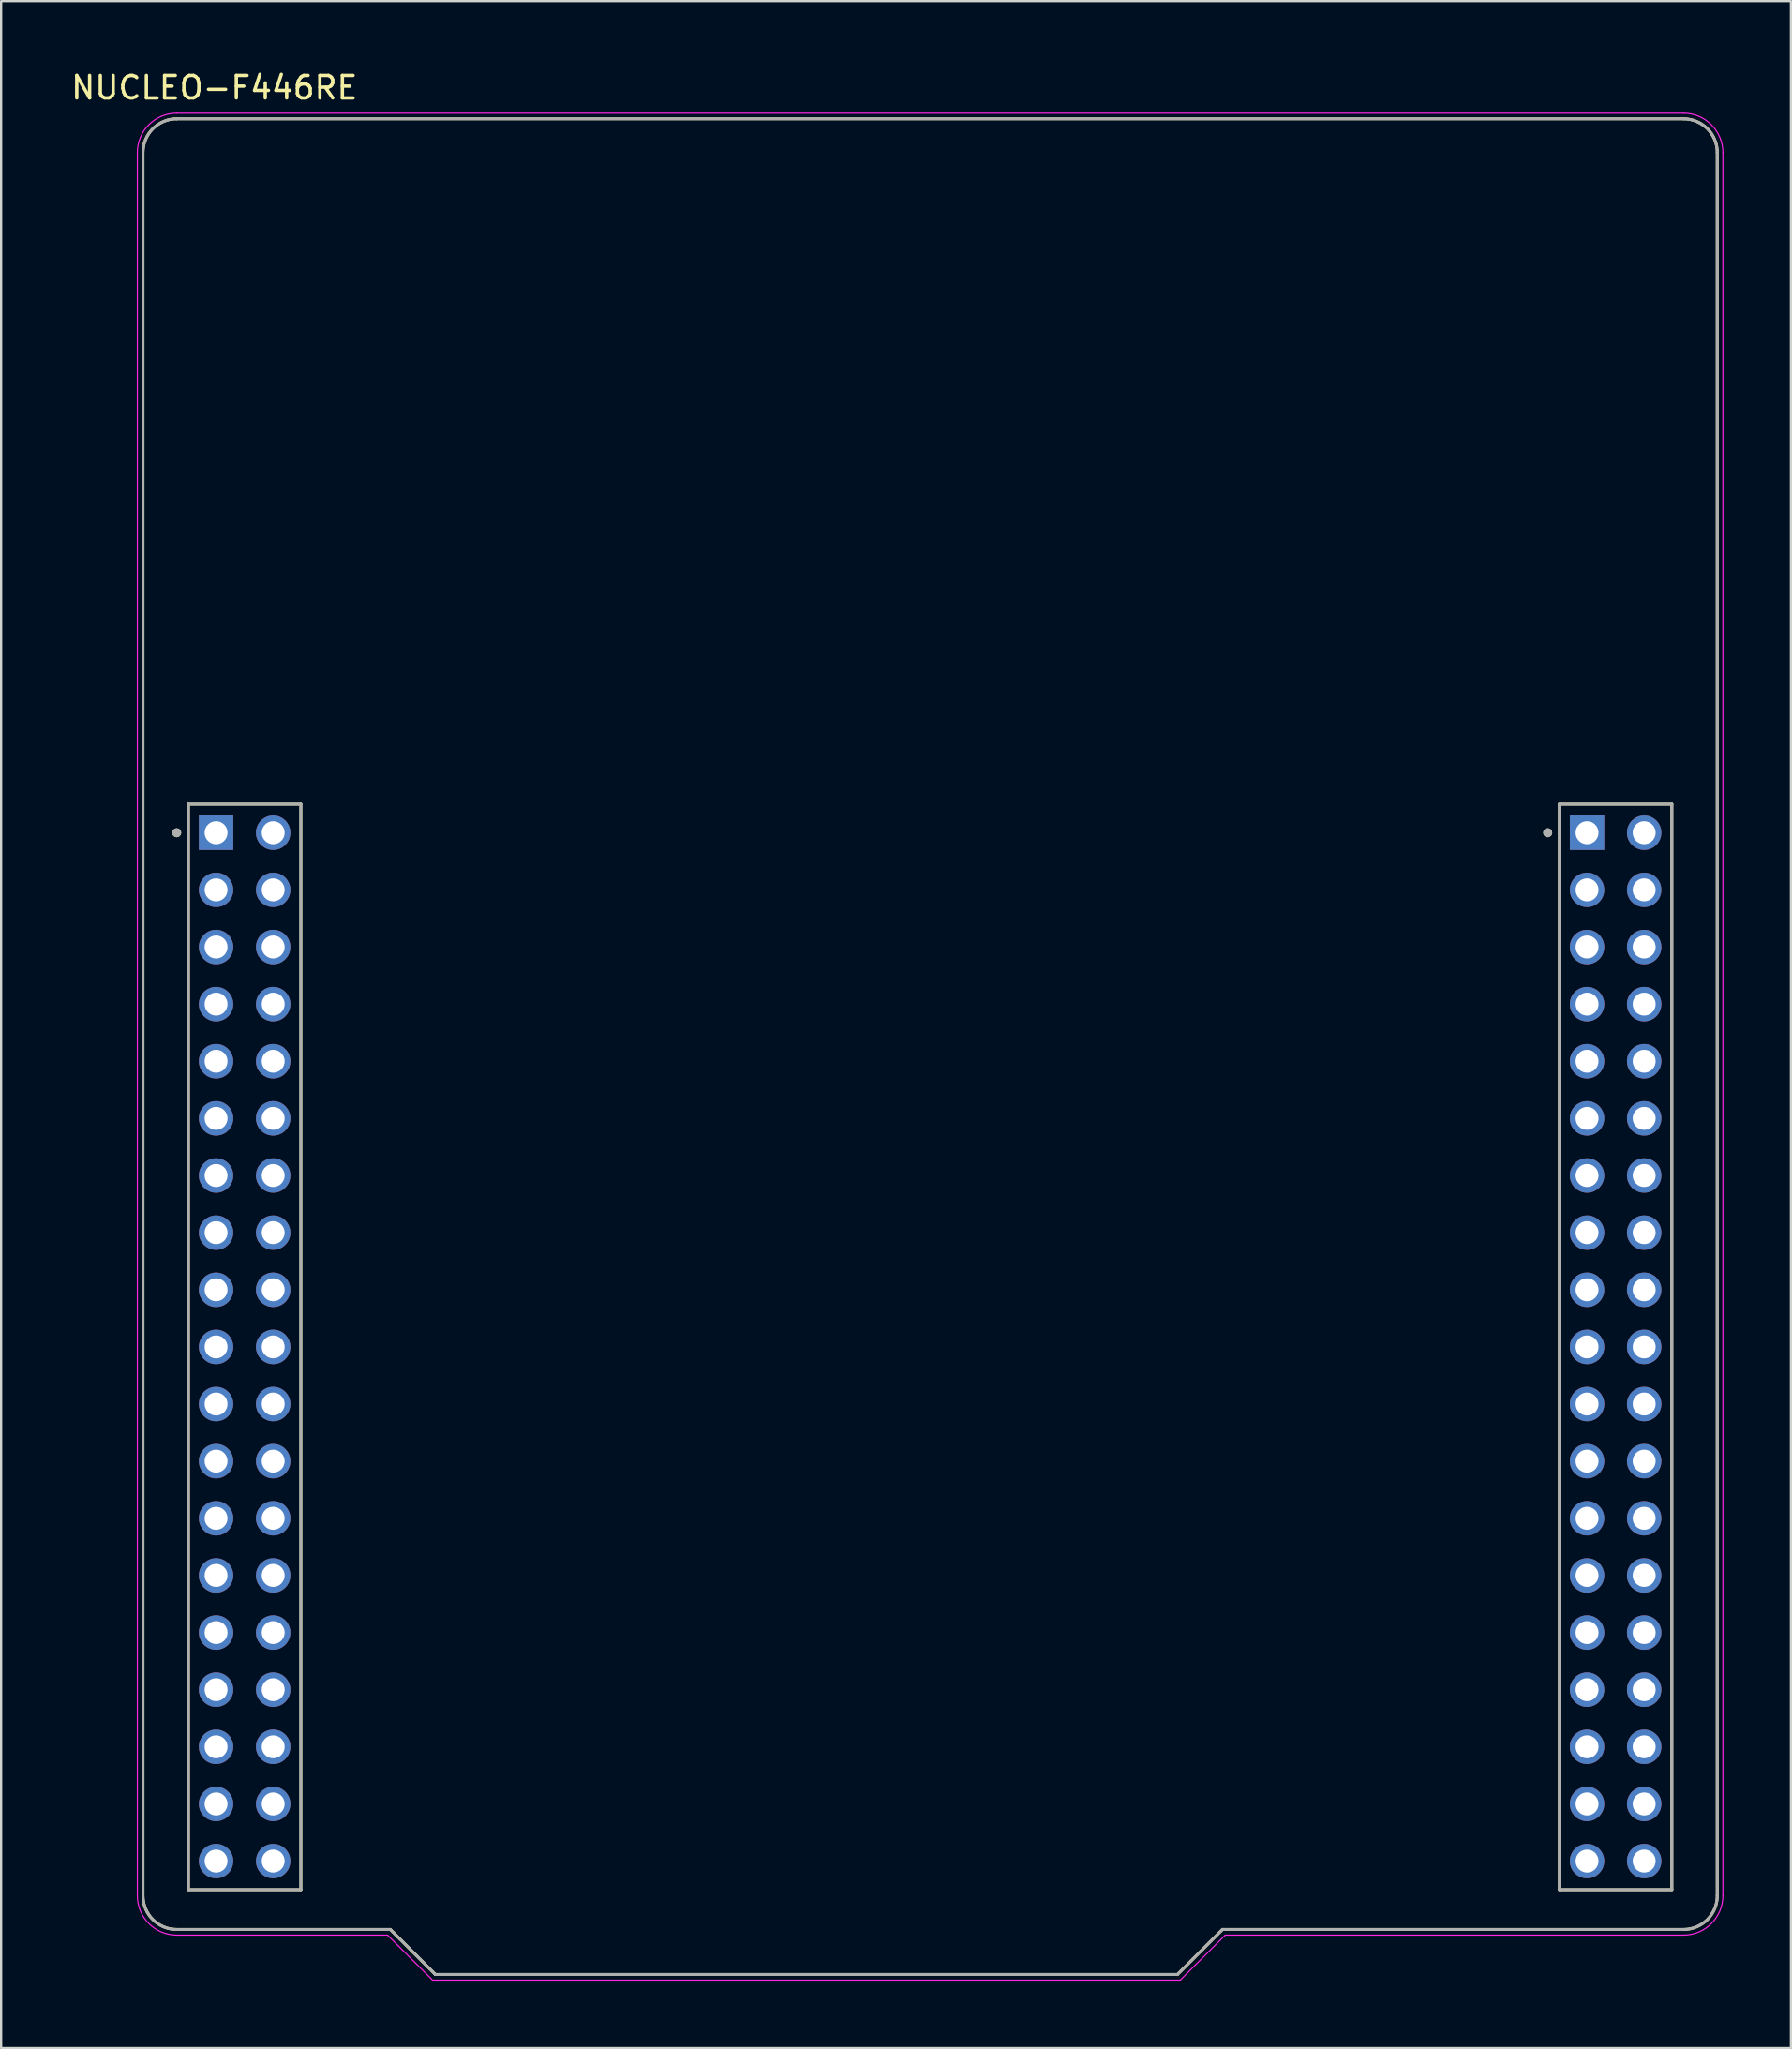
<source format=kicad_pcb>
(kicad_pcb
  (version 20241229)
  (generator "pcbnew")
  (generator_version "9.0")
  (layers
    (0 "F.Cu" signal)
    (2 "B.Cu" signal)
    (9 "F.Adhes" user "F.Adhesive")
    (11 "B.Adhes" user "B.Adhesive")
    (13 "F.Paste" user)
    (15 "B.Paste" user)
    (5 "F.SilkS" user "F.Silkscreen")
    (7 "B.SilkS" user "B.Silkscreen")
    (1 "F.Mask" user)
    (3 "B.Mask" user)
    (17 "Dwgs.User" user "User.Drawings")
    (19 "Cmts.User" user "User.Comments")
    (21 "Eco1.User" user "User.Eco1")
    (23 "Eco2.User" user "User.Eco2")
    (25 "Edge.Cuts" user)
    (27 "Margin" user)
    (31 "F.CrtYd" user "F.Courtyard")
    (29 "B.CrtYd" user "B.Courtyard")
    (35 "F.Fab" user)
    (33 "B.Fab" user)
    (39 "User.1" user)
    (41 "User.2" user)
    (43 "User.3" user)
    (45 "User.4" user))
  (footprint "NUCLEO-F446RE"
    (layer "F.Cu")
    (at 38.307 43.483)
    (property "Reference" "NUCLEO-F446RE" (at -31.825 -42.635 0) (layer "F.SilkS") (effects (font (size 1 1) (thickness 0.15))))
    (attr through_hole)
    (fp_line (start -35 37.75) (end -35 -39.75) (stroke (width 0.127) (type solid)) (layer "F.SilkS"))
    (fp_line (start -33.5 -41.25) (end 33.5 -41.25) (stroke (width 0.127) (type solid)) (layer "F.SilkS"))
    (fp_line (start -32.98 -10.78) (end -32.98 37.48) (stroke (width 0.127) (type solid)) (layer "F.SilkS"))
    (fp_line (start -32.98 37.48) (end -27.98 37.48) (stroke (width 0.127) (type solid)) (layer "F.SilkS"))
    (fp_line (start -27.98 -10.78) (end -32.98 -10.78) (stroke (width 0.127) (type solid)) (layer "F.SilkS"))
    (fp_line (start -27.98 37.48) (end -27.98 -10.78) (stroke (width 0.127) (type solid)) (layer "F.SilkS"))
    (fp_line (start -24 39.25) (end -33.5 39.25) (stroke (width 0.127) (type solid)) (layer "F.SilkS"))
    (fp_line (start -22 41.25) (end -24 39.25) (stroke (width 0.127) (type solid)) (layer "F.SilkS"))
    (fp_line (start 11 41.25) (end -22 41.25) (stroke (width 0.127) (type solid)) (layer "F.SilkS"))
    (fp_line (start 13 39.25) (end 11 41.25) (stroke (width 0.127) (type solid)) (layer "F.SilkS"))
    (fp_line (start 27.98 -10.78) (end 27.98 37.48) (stroke (width 0.127) (type solid)) (layer "F.SilkS"))
    (fp_line (start 27.98 37.48) (end 32.98 37.48) (stroke (width 0.127) (type solid)) (layer "F.SilkS"))
    (fp_line (start 32.98 -10.78) (end 27.98 -10.78) (stroke (width 0.127) (type solid)) (layer "F.SilkS"))
    (fp_line (start 32.98 37.48) (end 32.98 -10.78) (stroke (width 0.127) (type solid)) (layer "F.SilkS"))
    (fp_line (start 33.5 39.25) (end 13 39.25) (stroke (width 0.127) (type solid)) (layer "F.SilkS"))
    (fp_line (start 35 -39.75) (end 35 37.75) (stroke (width 0.127) (type solid)) (layer "F.SilkS"))
    (fp_arc (start -35 -39.75) (mid -34.56066 -40.81066) (end -33.5 -41.25) (stroke (width 0.127) (type solid)) (layer "F.SilkS"))
    (fp_arc (start -33.5 39.25) (mid -34.56066 38.81066) (end -35 37.75) (stroke (width 0.127) (type solid)) (layer "F.SilkS"))
    (fp_arc (start 33.5 -41.25) (mid 34.56066 -40.81066) (end 35 -39.75) (stroke (width 0.127) (type solid)) (layer "F.SilkS"))
    (fp_arc (start 35 37.75) (mid 34.56066 38.81066) (end 33.5 39.25) (stroke (width 0.127) (type solid)) (layer "F.SilkS"))
    (fp_circle (center -33.5 -9.51) (end -33.4 -9.51) (stroke (width 0.2) (type solid)) (fill no) (layer "F.SilkS"))
    (fp_circle (center 27.46 -9.51) (end 27.56 -9.51) (stroke (width 0.2) (type solid)) (fill no) (layer "F.SilkS"))
    (fp_line (start -35.25 37.75) (end -35.25 -39.75) (stroke (width 0.05) (type solid)) (layer "F.CrtYd"))
    (fp_line (start -33.5 -41.5) (end 33.5 -41.5) (stroke (width 0.05) (type solid)) (layer "F.CrtYd"))
    (fp_line (start -24.125 39.5) (end -33.5 39.5) (stroke (width 0.05) (type solid)) (layer "F.CrtYd"))
    (fp_line (start -22.125 41.5) (end -24.125 39.5) (stroke (width 0.05) (type solid)) (layer "F.CrtYd"))
    (fp_line (start 11.125 41.5) (end -22.125 41.5) (stroke (width 0.05) (type solid)) (layer "F.CrtYd"))
    (fp_line (start 13.125 39.5) (end 11.125 41.5) (stroke (width 0.05) (type solid)) (layer "F.CrtYd"))
    (fp_line (start 33.5 39.5) (end 13.125 39.5) (stroke (width 0.05) (type solid)) (layer "F.CrtYd"))
    (fp_line (start 35.25 -39.75) (end 35.25 37.75) (stroke (width 0.05) (type solid)) (layer "F.CrtYd"))
    (fp_arc (start -35.25 -39.75) (mid -34.737437 -40.987437) (end -33.5 -41.5) (stroke (width 0.05) (type solid)) (layer "F.CrtYd"))
    (fp_arc (start -33.5 39.5) (mid -34.737437 38.987437) (end -35.25 37.75) (stroke (width 0.05) (type solid)) (layer "F.CrtYd"))
    (fp_arc (start 33.5 -41.5) (mid 34.737437 -40.987437) (end 35.25 -39.75) (stroke (width 0.05) (type solid)) (layer "F.CrtYd"))
    (fp_arc (start 35.25 37.75) (mid 34.737437 38.987437) (end 33.5 39.5) (stroke (width 0.05) (type solid)) (layer "F.CrtYd"))
    (fp_line (start -35 37.75) (end -35 -39.75) (stroke (width 0.127) (type solid)) (layer "F.Fab"))
    (fp_line (start -33.5 -41.25) (end 33.5 -41.25) (stroke (width 0.127) (type solid)) (layer "F.Fab"))
    (fp_line (start -32.98 -10.78) (end -32.98 37.48) (stroke (width 0.127) (type solid)) (layer "F.Fab"))
    (fp_line (start -32.98 37.48) (end -27.98 37.48) (stroke (width 0.127) (type solid)) (layer "F.Fab"))
    (fp_line (start -27.98 -10.78) (end -32.98 -10.78) (stroke (width 0.127) (type solid)) (layer "F.Fab"))
    (fp_line (start -27.98 37.48) (end -27.98 -10.78) (stroke (width 0.127) (type solid)) (layer "F.Fab"))
    (fp_line (start -24 39.25) (end -33.5 39.25) (stroke (width 0.127) (type solid)) (layer "F.Fab"))
    (fp_line (start -22 41.25) (end -24 39.25) (stroke (width 0.127) (type solid)) (layer "F.Fab"))
    (fp_line (start 11 41.25) (end -22 41.25) (stroke (width 0.127) (type solid)) (layer "F.Fab"))
    (fp_line (start 13 39.25) (end 11 41.25) (stroke (width 0.127) (type solid)) (layer "F.Fab"))
    (fp_line (start 27.98 -10.78) (end 27.98 37.48) (stroke (width 0.127) (type solid)) (layer "F.Fab"))
    (fp_line (start 27.98 37.48) (end 32.98 37.48) (stroke (width 0.127) (type solid)) (layer "F.Fab"))
    (fp_line (start 32.98 -10.78) (end 27.98 -10.78) (stroke (width 0.127) (type solid)) (layer "F.Fab"))
    (fp_line (start 32.98 37.48) (end 32.98 -10.78) (stroke (width 0.127) (type solid)) (layer "F.Fab"))
    (fp_line (start 33.5 39.25) (end 13 39.25) (stroke (width 0.127) (type solid)) (layer "F.Fab"))
    (fp_line (start 35 -39.75) (end 35 37.75) (stroke (width 0.127) (type solid)) (layer "F.Fab"))
    (fp_arc (start -35 -39.75) (mid -34.56066 -40.81066) (end -33.5 -41.25) (stroke (width 0.127) (type solid)) (layer "F.Fab"))
    (fp_arc (start -33.5 39.25) (mid -34.56066 38.81066) (end -35 37.75) (stroke (width 0.127) (type solid)) (layer "F.Fab"))
    (fp_arc (start 33.5 -41.25) (mid 34.56066 -40.81066) (end 35 -39.75) (stroke (width 0.127) (type solid)) (layer "F.Fab"))
    (fp_arc (start 35 37.75) (mid 34.56066 38.81066) (end 33.5 39.25) (stroke (width 0.127) (type solid)) (layer "F.Fab"))
    (fp_circle (center -33.5 -9.51) (end -33.4 -9.51) (stroke (width 0.2) (type solid)) (fill no) (layer "F.Fab"))
    (fp_circle (center 27.46 -9.51) (end 27.56 -9.51) (stroke (width 0.2) (type solid)) (fill no) (layer "F.Fab"))
    (pad "CN7_1" thru_hole rect (at -31.75 -9.51) (size 1.53 1.53) (drill 1.02) (layers "*.Cu" "*.Mask"))
    (pad "CN7_2" thru_hole circle (at -29.21 -9.51) (size 1.53 1.53) (drill 1.02) (layers "*.Cu" "*.Mask"))
    (pad "CN7_3" thru_hole circle (at -31.75 -6.97) (size 1.53 1.53) (drill 1.02) (layers "*.Cu" "*.Mask"))
    (pad "CN7_4" thru_hole circle (at -29.21 -6.97) (size 1.53 1.53) (drill 1.02) (layers "*.Cu" "*.Mask"))
    (pad "CN7_5" thru_hole circle (at -31.75 -4.43) (size 1.53 1.53) (drill 1.02) (layers "*.Cu" "*.Mask"))
    (pad "CN7_6" thru_hole circle (at -29.21 -4.43) (size 1.53 1.53) (drill 1.02) (layers "*.Cu" "*.Mask"))
    (pad "CN7_7" thru_hole circle (at -31.75 -1.89) (size 1.53 1.53) (drill 1.02) (layers "*.Cu" "*.Mask"))
    (pad "CN7_8" thru_hole circle (at -29.21 -1.89) (size 1.53 1.53) (drill 1.02) (layers "*.Cu" "*.Mask"))
    (pad "CN7_9" thru_hole circle (at -31.75 0.65) (size 1.53 1.53) (drill 1.02) (layers "*.Cu" "*.Mask"))
    (pad "CN7_10" thru_hole circle (at -29.21 0.65) (size 1.53 1.53) (drill 1.02) (layers "*.Cu" "*.Mask"))
    (pad "CN7_11" thru_hole circle (at -31.75 3.19) (size 1.53 1.53) (drill 1.02) (layers "*.Cu" "*.Mask"))
    (pad "CN7_12" thru_hole circle (at -29.21 3.19) (size 1.53 1.53) (drill 1.02) (layers "*.Cu" "*.Mask"))
    (pad "CN7_13" thru_hole circle (at -31.75 5.73) (size 1.53 1.53) (drill 1.02) (layers "*.Cu" "*.Mask"))
    (pad "CN7_14" thru_hole circle (at -29.21 5.73) (size 1.53 1.53) (drill 1.02) (layers "*.Cu" "*.Mask"))
    (pad "CN7_15" thru_hole circle (at -31.75 8.27) (size 1.53 1.53) (drill 1.02) (layers "*.Cu" "*.Mask"))
    (pad "CN7_16" thru_hole circle (at -29.21 8.27) (size 1.53 1.53) (drill 1.02) (layers "*.Cu" "*.Mask"))
    (pad "CN7_17" thru_hole circle (at -31.75 10.81) (size 1.53 1.53) (drill 1.02) (layers "*.Cu" "*.Mask"))
    (pad "CN7_18" thru_hole circle (at -29.21 10.81) (size 1.53 1.53) (drill 1.02) (layers "*.Cu" "*.Mask"))
    (pad "CN7_19" thru_hole circle (at -31.75 13.35) (size 1.53 1.53) (drill 1.02) (layers "*.Cu" "*.Mask"))
    (pad "CN7_20" thru_hole circle (at -29.21 13.35) (size 1.53 1.53) (drill 1.02) (layers "*.Cu" "*.Mask"))
    (pad "CN7_21" thru_hole circle (at -31.75 15.89) (size 1.53 1.53) (drill 1.02) (layers "*.Cu" "*.Mask"))
    (pad "CN7_22" thru_hole circle (at -29.21 15.89) (size 1.53 1.53) (drill 1.02) (layers "*.Cu" "*.Mask"))
    (pad "CN7_23" thru_hole circle (at -31.75 18.43) (size 1.53 1.53) (drill 1.02) (layers "*.Cu" "*.Mask"))
    (pad "CN7_24" thru_hole circle (at -29.21 18.43) (size 1.53 1.53) (drill 1.02) (layers "*.Cu" "*.Mask"))
    (pad "CN7_25" thru_hole circle (at -31.75 20.97) (size 1.53 1.53) (drill 1.02) (layers "*.Cu" "*.Mask"))
    (pad "CN7_26" thru_hole circle (at -29.21 20.97) (size 1.53 1.53) (drill 1.02) (layers "*.Cu" "*.Mask"))
    (pad "CN7_27" thru_hole circle (at -31.75 23.51) (size 1.53 1.53) (drill 1.02) (layers "*.Cu" "*.Mask"))
    (pad "CN7_28" thru_hole circle (at -29.21 23.51) (size 1.53 1.53) (drill 1.02) (layers "*.Cu" "*.Mask"))
    (pad "CN7_29" thru_hole circle (at -31.75 26.05) (size 1.53 1.53) (drill 1.02) (layers "*.Cu" "*.Mask"))
    (pad "CN7_30" thru_hole circle (at -29.21 26.05) (size 1.53 1.53) (drill 1.02) (layers "*.Cu" "*.Mask"))
    (pad "CN7_31" thru_hole circle (at -31.75 28.59) (size 1.53 1.53) (drill 1.02) (layers "*.Cu" "*.Mask"))
    (pad "CN7_32" thru_hole circle (at -29.21 28.59) (size 1.53 1.53) (drill 1.02) (layers "*.Cu" "*.Mask"))
    (pad "CN7_33" thru_hole circle (at -31.75 31.13) (size 1.53 1.53) (drill 1.02) (layers "*.Cu" "*.Mask"))
    (pad "CN7_34" thru_hole circle (at -29.21 31.13) (size 1.53 1.53) (drill 1.02) (layers "*.Cu" "*.Mask"))
    (pad "CN7_35" thru_hole circle (at -31.75 33.67) (size 1.53 1.53) (drill 1.02) (layers "*.Cu" "*.Mask"))
    (pad "CN7_36" thru_hole circle (at -29.21 33.67) (size 1.53 1.53) (drill 1.02) (layers "*.Cu" "*.Mask"))
    (pad "CN7_37" thru_hole circle (at -31.75 36.21) (size 1.53 1.53) (drill 1.02) (layers "*.Cu" "*.Mask"))
    (pad "CN7_38" thru_hole circle (at -29.21 36.21) (size 1.53 1.53) (drill 1.02) (layers "*.Cu" "*.Mask"))
    (pad "CN10_1" thru_hole rect (at 29.21 -9.51) (size 1.53 1.53) (drill 1.02) (layers "*.Cu" "*.Mask"))
    (pad "CN10_2" thru_hole circle (at 31.75 -9.51) (size 1.53 1.53) (drill 1.02) (layers "*.Cu" "*.Mask"))
    (pad "CN10_3" thru_hole circle (at 29.21 -6.97) (size 1.53 1.53) (drill 1.02) (layers "*.Cu" "*.Mask"))
    (pad "CN10_4" thru_hole circle (at 31.75 -6.97) (size 1.53 1.53) (drill 1.02) (layers "*.Cu" "*.Mask"))
    (pad "CN10_5" thru_hole circle (at 29.21 -4.43) (size 1.53 1.53) (drill 1.02) (layers "*.Cu" "*.Mask"))
    (pad "CN10_6" thru_hole circle (at 31.75 -4.43) (size 1.53 1.53) (drill 1.02) (layers "*.Cu" "*.Mask"))
    (pad "CN10_7" thru_hole circle (at 29.21 -1.89) (size 1.53 1.53) (drill 1.02) (layers "*.Cu" "*.Mask"))
    (pad "CN10_8" thru_hole circle (at 31.75 -1.89) (size 1.53 1.53) (drill 1.02) (layers "*.Cu" "*.Mask"))
    (pad "CN10_9" thru_hole circle (at 29.21 0.65) (size 1.53 1.53) (drill 1.02) (layers "*.Cu" "*.Mask"))
    (pad "CN10_10" thru_hole circle (at 31.75 0.65) (size 1.53 1.53) (drill 1.02) (layers "*.Cu" "*.Mask"))
    (pad "CN10_11" thru_hole circle (at 29.21 3.19) (size 1.53 1.53) (drill 1.02) (layers "*.Cu" "*.Mask"))
    (pad "CN10_12" thru_hole circle (at 31.75 3.19) (size 1.53 1.53) (drill 1.02) (layers "*.Cu" "*.Mask"))
    (pad "CN10_13" thru_hole circle (at 29.21 5.73) (size 1.53 1.53) (drill 1.02) (layers "*.Cu" "*.Mask"))
    (pad "CN10_14" thru_hole circle (at 31.75 5.73) (size 1.53 1.53) (drill 1.02) (layers "*.Cu" "*.Mask"))
    (pad "CN10_15" thru_hole circle (at 29.21 8.27) (size 1.53 1.53) (drill 1.02) (layers "*.Cu" "*.Mask"))
    (pad "CN10_16" thru_hole circle (at 31.75 8.27) (size 1.53 1.53) (drill 1.02) (layers "*.Cu" "*.Mask"))
    (pad "CN10_17" thru_hole circle (at 29.21 10.81) (size 1.53 1.53) (drill 1.02) (layers "*.Cu" "*.Mask"))
    (pad "CN10_18" thru_hole circle (at 31.75 10.81) (size 1.53 1.53) (drill 1.02) (layers "*.Cu" "*.Mask"))
    (pad "CN10_19" thru_hole circle (at 29.21 13.35) (size 1.53 1.53) (drill 1.02) (layers "*.Cu" "*.Mask"))
    (pad "CN10_20" thru_hole circle (at 31.75 13.35) (size 1.53 1.53) (drill 1.02) (layers "*.Cu" "*.Mask"))
    (pad "CN10_21" thru_hole circle (at 29.21 15.89) (size 1.53 1.53) (drill 1.02) (layers "*.Cu" "*.Mask"))
    (pad "CN10_22" thru_hole circle (at 31.75 15.89) (size 1.53 1.53) (drill 1.02) (layers "*.Cu" "*.Mask"))
    (pad "CN10_23" thru_hole circle (at 29.21 18.43) (size 1.53 1.53) (drill 1.02) (layers "*.Cu" "*.Mask"))
    (pad "CN10_24" thru_hole circle (at 31.75 18.43) (size 1.53 1.53) (drill 1.02) (layers "*.Cu" "*.Mask"))
    (pad "CN10_25" thru_hole circle (at 29.21 20.97) (size 1.53 1.53) (drill 1.02) (layers "*.Cu" "*.Mask"))
    (pad "CN10_26" thru_hole circle (at 31.75 20.97) (size 1.53 1.53) (drill 1.02) (layers "*.Cu" "*.Mask"))
    (pad "CN10_27" thru_hole circle (at 29.21 23.51) (size 1.53 1.53) (drill 1.02) (layers "*.Cu" "*.Mask"))
    (pad "CN10_28" thru_hole circle (at 31.75 23.51) (size 1.53 1.53) (drill 1.02) (layers "*.Cu" "*.Mask"))
    (pad "CN10_29" thru_hole circle (at 29.21 26.05) (size 1.53 1.53) (drill 1.02) (layers "*.Cu" "*.Mask"))
    (pad "CN10_30" thru_hole circle (at 31.75 26.05) (size 1.53 1.53) (drill 1.02) (layers "*.Cu" "*.Mask"))
    (pad "CN10_31" thru_hole circle (at 29.21 28.59) (size 1.53 1.53) (drill 1.02) (layers "*.Cu" "*.Mask"))
    (pad "CN10_32" thru_hole circle (at 31.75 28.59) (size 1.53 1.53) (drill 1.02) (layers "*.Cu" "*.Mask"))
    (pad "CN10_33" thru_hole circle (at 29.21 31.13) (size 1.53 1.53) (drill 1.02) (layers "*.Cu" "*.Mask"))
    (pad "CN10_34" thru_hole circle (at 31.75 31.13) (size 1.53 1.53) (drill 1.02) (layers "*.Cu" "*.Mask"))
    (pad "CN10_35" thru_hole circle (at 29.21 33.67) (size 1.53 1.53) (drill 1.02) (layers "*.Cu" "*.Mask"))
    (pad "CN10_36" thru_hole circle (at 31.75 33.67) (size 1.53 1.53) (drill 1.02) (layers "*.Cu" "*.Mask"))
    (pad "CN10_37" thru_hole circle (at 29.21 36.21) (size 1.53 1.53) (drill 1.02) (layers "*.Cu" "*.Mask"))
    (pad "CN10_38" thru_hole circle (at 31.75 36.21) (size 1.53 1.53) (drill 1.02) (layers "*.Cu" "*.Mask")))
  (gr_rect
    (start -3 -3)
    (end 76.582 88.008)
    (stroke (width 0.1) (type default))
    (fill no)
    (layer "Edge.Cuts")))
</source>
